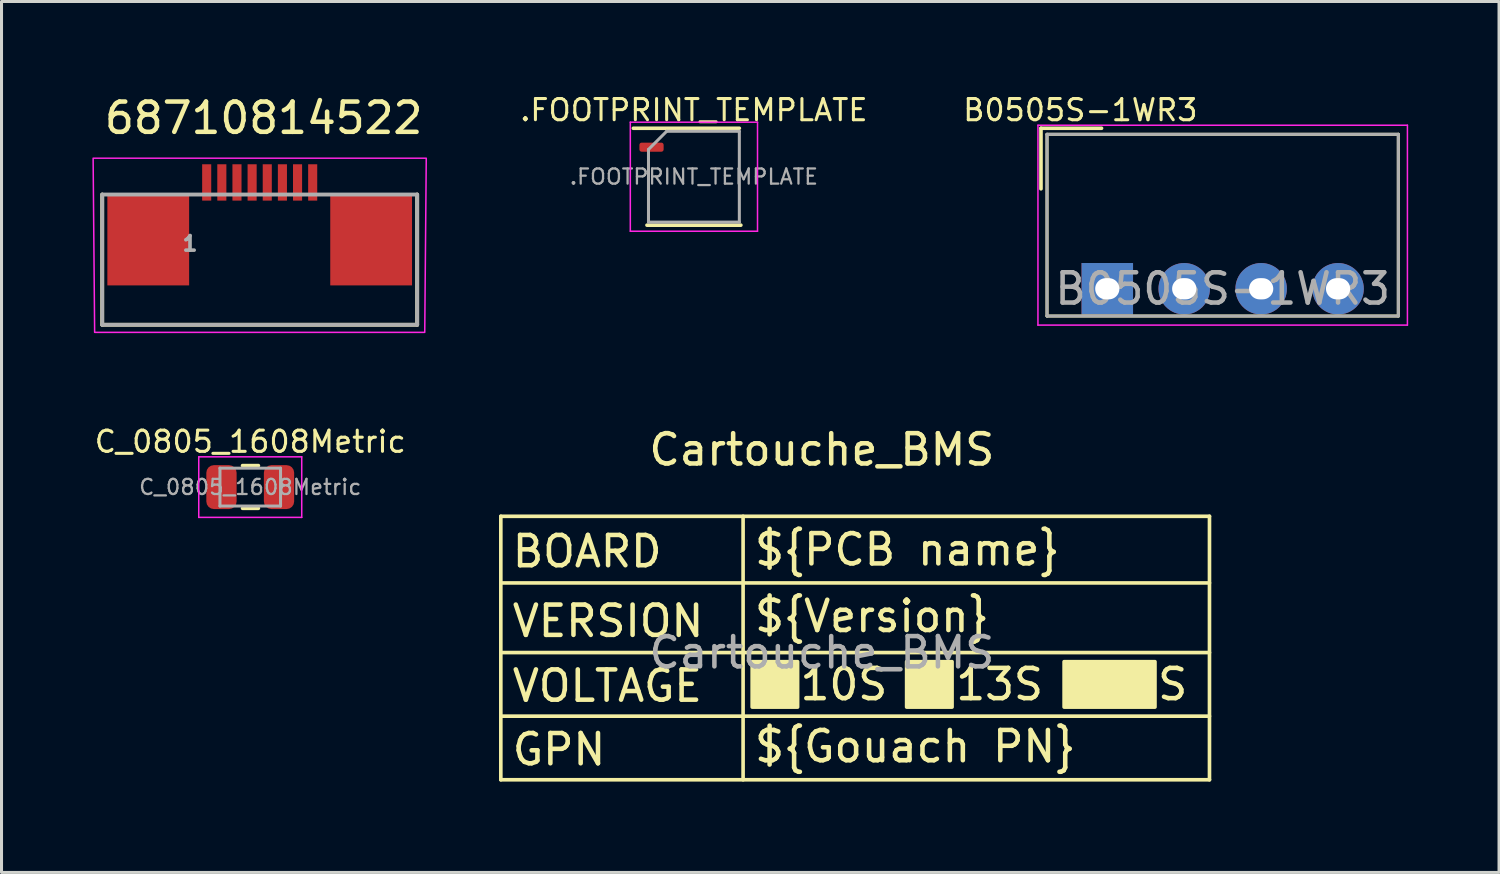
<source format=kicad_pcb>
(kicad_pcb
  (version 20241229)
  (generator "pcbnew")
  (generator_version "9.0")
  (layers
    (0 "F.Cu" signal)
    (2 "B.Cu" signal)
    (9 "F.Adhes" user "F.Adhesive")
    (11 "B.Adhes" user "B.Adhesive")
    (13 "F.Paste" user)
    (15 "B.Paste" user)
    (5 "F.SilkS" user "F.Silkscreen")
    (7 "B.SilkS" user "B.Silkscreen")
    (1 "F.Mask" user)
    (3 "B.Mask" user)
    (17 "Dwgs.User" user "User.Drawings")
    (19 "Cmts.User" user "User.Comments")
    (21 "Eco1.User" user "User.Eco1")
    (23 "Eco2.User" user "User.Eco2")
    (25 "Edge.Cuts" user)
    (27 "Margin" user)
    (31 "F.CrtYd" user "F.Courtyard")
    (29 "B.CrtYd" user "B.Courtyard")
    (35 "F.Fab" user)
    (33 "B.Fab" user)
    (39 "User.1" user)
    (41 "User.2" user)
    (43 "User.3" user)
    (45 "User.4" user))
  (footprint "B0505S-1WR3"
    (layer "F.Cu")
    (at 37.323 4.385)
    (property "Reference" "B0505S-1WR3" (at -4.7 -3.8 180) (layer "F.SilkS") (effects (font (size 0.7 0.7) (thickness 0.1))))
    (attr smd)
    (fp_line (start -6 -3.2) (end -4 -3.2) (stroke (width 0.12) (type solid)) (layer "F.SilkS"))
    (fp_line (start -6 -1.2) (end -6 -3.2) (stroke (width 0.12) (type solid)) (layer "F.SilkS"))
    (fp_line (start -5.8 3) (end -5.8 -3) (stroke (width 0.1) (type solid)) (layer "F.SilkS"))
    (fp_line (start 5.8 -3) (end -5.8 -3) (stroke (width 0.1) (type solid)) (layer "F.SilkS"))
    (fp_line (start 5.8 3) (end -5.8 3) (stroke (width 0.1) (type solid)) (layer "F.SilkS"))
    (fp_line (start 5.8 3) (end 5.8 -3) (stroke (width 0.1) (type solid)) (layer "F.SilkS"))
    (fp_line (start -6.1 3.3) (end -6.1 -3.3) (stroke (width 0.05) (type solid)) (layer "F.CrtYd"))
    (fp_line (start 6.1 -3.3) (end -6.1 -3.3) (stroke (width 0.05) (type solid)) (layer "F.CrtYd"))
    (fp_line (start 6.1 3.3) (end -6.1 3.3) (stroke (width 0.05) (type solid)) (layer "F.CrtYd"))
    (fp_line (start 6.1 3.3) (end 6.1 -3.3) (stroke (width 0.05) (type solid)) (layer "F.CrtYd"))
    (fp_line (start -5.8 -3) (end 5.8 -3) (stroke (width 0.1) (type solid)) (layer "F.Fab"))
    (fp_line (start -5.8 3) (end -5.8 -3) (stroke (width 0.1) (type solid)) (layer "F.Fab"))
    (fp_line (start 5.8 -3) (end 5.8 3) (stroke (width 0.1) (type solid)) (layer "F.Fab"))
    (fp_line (start 5.8 3) (end -5.8 3) (stroke (width 0.1) (type solid)) (layer "F.Fab"))
    (fp_text user "${REFERENCE}" (at 0 2.1 180) (layer "F.Fab") (effects (font (size 1 1) (thickness 0.15))))
    (pad "1" thru_hole rect (at -3.81 2.1) (size 1.7 1.7) (drill oval 0.8 0.7) (layers "*.Cu" "*.Mask"))
    (pad "2" thru_hole circle (at -1.27 2.1) (size 1.7 1.7) (drill oval 0.8 0.7) (layers "*.Cu" "*.Mask"))
    (pad "3" thru_hole circle (at 1.27 2.1) (size 1.7 1.7) (drill oval 0.8 0.7) (layers "*.Cu" "*.Mask"))
    (pad "4" thru_hole circle (at 3.81 2.1) (size 1.7 1.7) (drill oval 0.8 0.7) (layers "*.Cu" "*.Mask")))
  (footprint "C_0805_1608Metric"
    (layer "F.Cu")
    (at 5.213 13.034)
    (property "Reference" "C_0805_1608Metric" (at 0 -1.5 0) (layer "F.SilkS") (effects (font (size 0.7 0.7) (thickness 0.1))))
    (attr smd)
    (fp_line (start -0.254 -0.71) (end 0.269 -0.71) (stroke (width 0.12) (type solid)) (layer "F.SilkS"))
    (fp_line (start -0.254 0.7) (end 0.269 0.7) (stroke (width 0.12) (type solid)) (layer "F.SilkS"))
    (fp_line (start -1.7 -1) (end 1.7 -1) (stroke (width 0.05) (type solid)) (layer "F.CrtYd"))
    (fp_line (start -1.7 1) (end -1.7 -1) (stroke (width 0.05) (type solid)) (layer "F.CrtYd"))
    (fp_line (start 1.7 -1) (end 1.7 1) (stroke (width 0.05) (type solid)) (layer "F.CrtYd"))
    (fp_line (start 1.7 1) (end -1.7 1) (stroke (width 0.05) (type solid)) (layer "F.CrtYd"))
    (fp_line (start -1 -0.625) (end 1 -0.625) (stroke (width 0.1) (type solid)) (layer "F.Fab"))
    (fp_line (start -1 0.625) (end -1 -0.625) (stroke (width 0.1) (type solid)) (layer "F.Fab"))
    (fp_line (start 1 -0.625) (end 1 0.625) (stroke (width 0.1) (type solid)) (layer "F.Fab"))
    (fp_line (start 1 0.625) (end -1 0.625) (stroke (width 0.1) (type solid)) (layer "F.Fab"))
    (fp_text user "${REFERENCE}" (at 0 0 0) (layer "F.Fab") (effects (font (size 0.5 0.5) (thickness 0.075))))
    (pad "1" smd roundrect (at -0.95 0) (size 1 1.45) (layers "F.Cu" "F.Mask" "F.Paste") (roundrect_rratio 0.25))
    (pad "2" smd roundrect (at 0.95 0) (size 1 1.45) (layers "F.Cu" "F.Mask" "F.Paste") (roundrect_rratio 0.25)))
  (footprint ".FOOTPRINT_TEMPLATE"
    (layer "F.Cu")
    (at 19.863 2.785)
    (property "Reference" ".FOOTPRINT_TEMPLATE" (at 0 -2.2 0) (layer "F.SilkS") (effects (font (size 0.7 0.7) (thickness 0.1))))
    (attr smd)
    (fp_line (start -2 -1.6) (end 1.5 -1.6) (stroke (width 0.12) (type solid)) (layer "F.SilkS"))
    (fp_line (start -1.55 1.6) (end 1.55 1.6) (stroke (width 0.12) (type solid)) (layer "F.SilkS"))
    (fp_line (start -2.1 -1.8) (end -2.1 1.8) (stroke (width 0.05) (type solid)) (layer "F.CrtYd"))
    (fp_line (start -2.1 1.8) (end 2.1 1.8) (stroke (width 0.05) (type solid)) (layer "F.CrtYd"))
    (fp_line (start 2.1 -1.8) (end -2.1 -1.8) (stroke (width 0.05) (type solid)) (layer "F.CrtYd"))
    (fp_line (start 2.1 1.8) (end 2.1 -1.8) (stroke (width 0.05) (type solid)) (layer "F.CrtYd"))
    (fp_line (start -1.5 -0.9) (end -0.9 -1.5) (stroke (width 0.1) (type solid)) (layer "F.Fab"))
    (fp_line (start -1.5 1.5) (end -1.5 -0.9) (stroke (width 0.1) (type solid)) (layer "F.Fab"))
    (fp_line (start -0.9 -1.5) (end 1.5 -1.5) (stroke (width 0.1) (type solid)) (layer "F.Fab"))
    (fp_line (start 1.5 -1.5) (end 1.5 1.5) (stroke (width 0.1) (type solid)) (layer "F.Fab"))
    (fp_line (start 1.5 1.5) (end -1.5 1.5) (stroke (width 0.1) (type solid)) (layer "F.Fab"))
    (fp_text user "${REFERENCE}" (at 0 0 0) (layer "F.Fab") (effects (font (size 0.5 0.5) (thickness 0.075))))
    (pad "1" smd roundrect (at -1.4 -0.975) (size 0.8 0.3) (layers "F.Cu" "F.Mask" "F.Paste") (roundrect_rratio 0.25)))
  (footprint "68710814522"
    (layer "F.Cu")
    (at 5.525 4.874)
    (property "Reference" "68710814522" (at 0.131 -4.026 0) (layer "F.SilkS") (effects (font (size 1 1) (thickness 0.15))))
    (attr smd)
    (fp_line (start -5.2 -1.5) (end -5.2 2.8) (stroke (width 0.127) (type solid)) (layer "F.SilkS"))
    (fp_line (start -5.2 2.8) (end 5.2 2.8) (stroke (width 0.127) (type solid)) (layer "F.SilkS"))
    (fp_line (start 5.2 2.8) (end 5.2 -1.5) (stroke (width 0.127) (type solid)) (layer "F.SilkS"))
    (fp_poly (pts (xy -5.5 -2.7) (xy 5.5 -2.7) (xy 5.45 3.05) (xy -5.45 3.05)) (stroke (width 0.05) (type solid)) (fill no) (layer "F.CrtYd"))
    (fp_line (start -5.2 -1.5) (end 5.2 -1.5) (stroke (width 0.127) (type solid)) (layer "F.Fab"))
    (fp_line (start -5.2 2.8) (end -5.2 -1.5) (stroke (width 0.127) (type solid)) (layer "F.Fab"))
    (fp_line (start -5.2 2.8) (end 5.2 2.8) (stroke (width 0.127) (type solid)) (layer "F.Fab"))
    (fp_line (start 5.2 -1.5) (end 5.2 2.8) (stroke (width 0.127) (type solid)) (layer "F.Fab"))
    (fp_text user "1" (at -2.301 0.12 0) (layer "F.Fab") (effects (font (size 0.48 0.48) (thickness 0.15))))
    (pad "1" smd rect (at -1.75 -1.9) (size 0.3 1.2) (layers "F.Cu" "F.Mask" "F.Paste"))
    (pad "2" smd rect (at -1.25 -1.9) (size 0.3 1.2) (layers "F.Cu" "F.Mask" "F.Paste"))
    (pad "3" smd rect (at -0.75 -1.9) (size 0.3 1.2) (layers "F.Cu" "F.Mask" "F.Paste"))
    (pad "4" smd rect (at -0.25 -1.9) (size 0.3 1.2) (layers "F.Cu" "F.Mask" "F.Paste"))
    (pad "5" smd rect (at 0.25 -1.9) (size 0.3 1.2) (layers "F.Cu" "F.Mask" "F.Paste"))
    (pad "6" smd rect (at 0.75 -1.9) (size 0.3 1.2) (layers "F.Cu" "F.Mask" "F.Paste"))
    (pad "7" smd rect (at 1.25 -1.9) (size 0.3 1.2) (layers "F.Cu" "F.Mask" "F.Paste"))
    (pad "8" smd rect (at 1.75 -1.9) (size 0.3 1.2) (layers "F.Cu" "F.Mask" "F.Paste"))
    (pad "ANCHOR" smd rect (at -3.68 0) (size 2.7 3) (layers "F.Cu" "F.Mask" "F.Paste"))
    (pad "ANCHOR" smd rect (at 3.68 0) (size 2.7 3) (layers "F.Cu" "F.Mask" "F.Paste")))
  (footprint "Cartouche_BMS"
    (layer "F.Cu")
    (at 24.087 18.498)
    (property "Reference" "Cartouche_BMS" (at 0 -6.7 0) (unlocked yes) (layer "F.SilkS") (effects (font (size 1 1) (thickness 0.15))))
    (attr smd)
    (fp_line (start -10.6 4.2) (end -10.6 -4.5) (stroke (width 0.12) (type solid)) (layer "F.SilkS"))
    (fp_line (start -2.6 4.2) (end -2.6 -4.5) (stroke (width 0.12) (type solid)) (layer "F.SilkS"))
    (fp_line (start 12.8 -4.5) (end -10.6 -4.5) (stroke (width 0.12) (type solid)) (layer "F.SilkS"))
    (fp_line (start 12.8 -2.3) (end -10.6 -2.3) (stroke (width 0.12) (type solid)) (layer "F.SilkS"))
    (fp_line (start 12.8 0) (end -10.6 0) (stroke (width 0.12) (type solid)) (layer "F.SilkS"))
    (fp_line (start 12.8 2.1) (end -10.6 2.1) (stroke (width 0.12) (type solid)) (layer "F.SilkS"))
    (fp_line (start 12.8 4.2) (end -10.6 4.2) (stroke (width 0.12) (type solid)) (layer "F.SilkS"))
    (fp_line (start 12.8 4.2) (end 12.8 -4.5) (stroke (width 0.12) (type solid)) (layer "F.SilkS"))
    (fp_rect (start -2.3 0.3) (end -0.8 1.8) (stroke (width 0.12) (type solid)) (fill yes) (layer "F.SilkS"))
    (fp_rect (start 2.8 0.3) (end 4.3 1.8) (stroke (width 0.12) (type solid)) (fill yes) (layer "F.SilkS"))
    (fp_rect (start 8 0.3) (end 11 1.8) (stroke (width 0.12) (type solid)) (fill yes) (layer "F.SilkS"))
    (fp_text user "GPN" (at -10.3 3.2 0) (unlocked yes) (layer "F.SilkS") (effects (font (size 1 1) (thickness 0.15)) (justify left)))
    (fp_text user "${Version}" (at -2.3 -1.2 0) (unlocked yes) (layer "F.SilkS") (effects (font (size 1 1) (thickness 0.15)) (justify left)))
    (fp_text user "10S   13S     S" (at -0.8 1.05 0) (unlocked yes) (layer "F.SilkS") (effects (font (size 1 1) (thickness 0.15)) (justify left)))
    (fp_text user "VERSION" (at -10.3 -1.04 0) (unlocked yes) (layer "F.SilkS") (effects (font (size 1 1) (thickness 0.15)) (justify left)))
    (fp_text user "VOLTAGE" (at -10.3 1.1 0) (unlocked yes) (layer "F.SilkS") (effects (font (size 1 1) (thickness 0.15)) (justify left)))
    (fp_text user "${Gouach PN}" (at -2.3 3.1 0) (unlocked yes) (layer "F.SilkS") (effects (font (size 1 1) (thickness 0.15)) (justify left)))
    (fp_text user "${PCB name}" (at -2.3 -3.4 0) (unlocked yes) (layer "F.SilkS") (effects (font (size 1 1) (thickness 0.15)) (justify left)))
    (fp_text user "BOARD" (at -10.3 -3.34 0) (unlocked yes) (layer "F.SilkS") (effects (font (size 1 1) (thickness 0.15)) (justify left)))
    (fp_text user "${REFERENCE}" (at 0 0 0) (layer "F.Fab") (effects (font (size 1 1) (thickness 0.15)))))
  (gr_rect
    (start -3 -3)
    (end 46.448 25.758)
    (stroke (width 0.1) (type default))
    (fill no)
    (layer "Edge.Cuts")))
</source>
